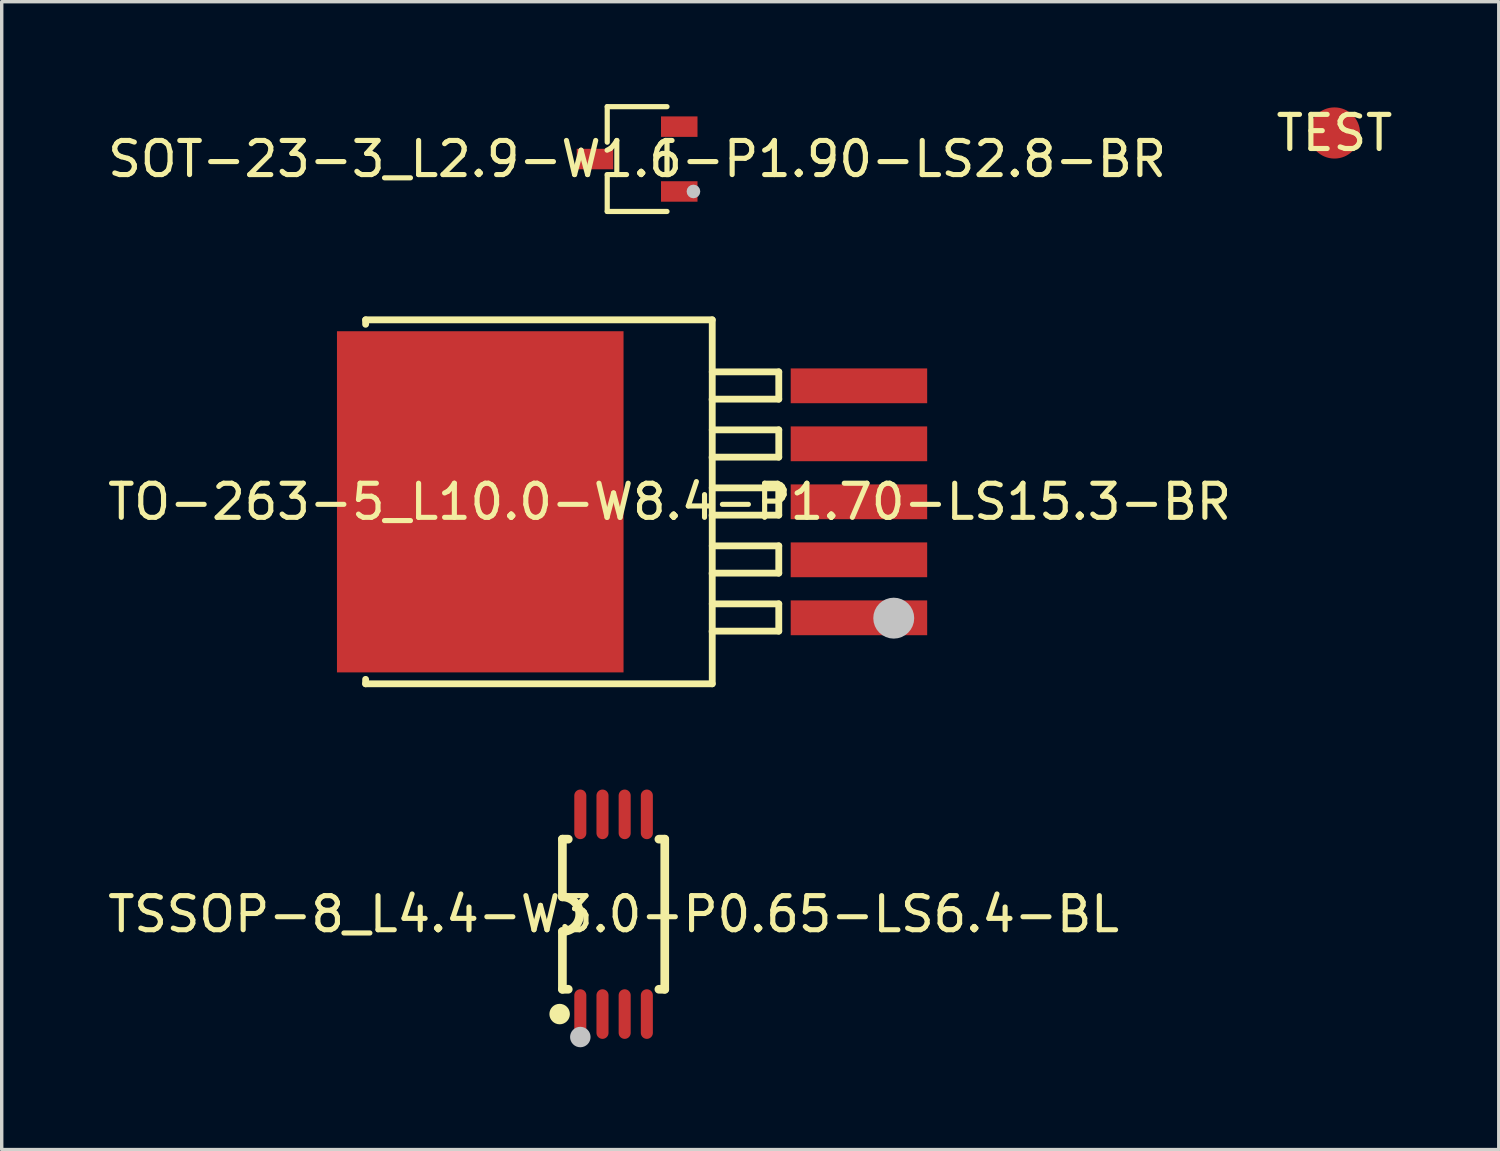
<source format=kicad_pcb>
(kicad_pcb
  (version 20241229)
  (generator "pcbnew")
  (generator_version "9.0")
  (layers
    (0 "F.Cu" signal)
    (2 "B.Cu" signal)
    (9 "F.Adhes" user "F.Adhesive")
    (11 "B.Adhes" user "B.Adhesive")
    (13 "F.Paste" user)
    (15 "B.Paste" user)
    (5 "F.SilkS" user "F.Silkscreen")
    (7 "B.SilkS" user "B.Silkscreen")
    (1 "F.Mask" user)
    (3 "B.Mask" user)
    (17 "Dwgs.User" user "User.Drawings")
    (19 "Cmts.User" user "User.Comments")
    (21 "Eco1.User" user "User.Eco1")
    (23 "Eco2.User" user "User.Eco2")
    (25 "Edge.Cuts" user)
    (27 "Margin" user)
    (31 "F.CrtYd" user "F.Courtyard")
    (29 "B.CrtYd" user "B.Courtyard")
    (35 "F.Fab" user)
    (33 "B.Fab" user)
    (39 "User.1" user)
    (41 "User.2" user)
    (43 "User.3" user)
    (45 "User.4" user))
  (footprint "TO-263-5_L10.0-W8.4-P1.70-LS15.3-BR"
    (layer "F.Cu")
    (at 16.577 11.659)
    (property "Reference" "TO-263-5_L10.0-W8.4-P1.70-LS15.3-BR" (at 0 0 0) (layer "F.SilkS") (effects (font (size 1 1) (thickness 0.15))))
    (fp_line (start -8.91 -5.334) (end 1.25 -5.334) (stroke (width 0.2) (type default)) (layer "F.SilkS"))
    (fp_line (start -8.91 -5.204) (end -8.91 -5.334) (stroke (width 0.2) (type default)) (layer "F.SilkS"))
    (fp_line (start -8.91 5.334) (end -8.91 5.204) (stroke (width 0.2) (type default)) (layer "F.SilkS"))
    (fp_line (start 1.25 -5.334) (end 1.25 5.334) (stroke (width 0.2) (type default)) (layer "F.SilkS"))
    (fp_line (start 1.25 -3.809) (end 3.2 -3.809) (stroke (width 0.2) (type default)) (layer "F.SilkS"))
    (fp_line (start 1.25 -3.01) (end 1.25 -2.981) (stroke (width 0.2) (type default)) (layer "F.SilkS"))
    (fp_line (start 1.25 -2.109) (end 3.2 -2.109) (stroke (width 0.2) (type default)) (layer "F.SilkS"))
    (fp_line (start 1.25 -1.31) (end 1.25 -1.281) (stroke (width 0.2) (type default)) (layer "F.SilkS"))
    (fp_line (start 1.25 -0.409) (end 3.2 -0.409) (stroke (width 0.2) (type default)) (layer "F.SilkS"))
    (fp_line (start 1.25 0.39) (end 1.25 0.419) (stroke (width 0.2) (type default)) (layer "F.SilkS"))
    (fp_line (start 1.25 1.291) (end 3.2 1.291) (stroke (width 0.2) (type default)) (layer "F.SilkS"))
    (fp_line (start 1.25 2.09) (end 1.25 2.119) (stroke (width 0.2) (type default)) (layer "F.SilkS"))
    (fp_line (start 1.25 2.991) (end 3.2 2.991) (stroke (width 0.2) (type default)) (layer "F.SilkS"))
    (fp_line (start 1.25 3.79) (end 1.25 3.819) (stroke (width 0.2) (type default)) (layer "F.SilkS"))
    (fp_line (start 1.25 5.334) (end -8.91 5.334) (stroke (width 0.2) (type default)) (layer "F.SilkS"))
    (fp_line (start 3.2 -3.809) (end 3.2 -3.01) (stroke (width 0.2) (type default)) (layer "F.SilkS"))
    (fp_line (start 3.2 -3.01) (end 1.25 -3.01) (stroke (width 0.2) (type default)) (layer "F.SilkS"))
    (fp_line (start 3.2 -2.109) (end 3.2 -1.31) (stroke (width 0.2) (type default)) (layer "F.SilkS"))
    (fp_line (start 3.2 -1.31) (end 1.25 -1.31) (stroke (width 0.2) (type default)) (layer "F.SilkS"))
    (fp_line (start 3.2 -0.409) (end 3.2 0.39) (stroke (width 0.2) (type default)) (layer "F.SilkS"))
    (fp_line (start 3.2 0.39) (end 1.25 0.39) (stroke (width 0.2) (type default)) (layer "F.SilkS"))
    (fp_line (start 3.2 1.291) (end 3.2 2.09) (stroke (width 0.2) (type default)) (layer "F.SilkS"))
    (fp_line (start 3.2 2.09) (end 1.25 2.09) (stroke (width 0.2) (type default)) (layer "F.SilkS"))
    (fp_line (start 3.2 2.991) (end 3.2 3.79) (stroke (width 0.2) (type default)) (layer "F.SilkS"))
    (fp_line (start 3.2 3.79) (end 1.25 3.79) (stroke (width 0.2) (type default)) (layer "F.SilkS"))
    (fp_circle (center 6.57 3.41) (end 6.87 3.41) (stroke (width 0.6) (type default)) (fill no) (layer "Dwgs.User"))
    (fp_poly (pts (xy 1.24 -2.995) (xy 1.24 -3.805) (xy 4 -3.805) (xy 4 -2.995)) (stroke (width 0.1) (type default)) (fill no) (layer "User.1"))
    (fp_poly (pts (xy 1.24 -1.295) (xy 1.24 -2.105) (xy 4 -2.105) (xy 4 -1.295)) (stroke (width 0.1) (type default)) (fill no) (layer "User.1"))
    (fp_poly (pts (xy 1.24 0.405) (xy 1.24 -0.405) (xy 4 -0.405) (xy 4 0.405)) (stroke (width 0.1) (type default)) (fill no) (layer "User.1"))
    (fp_poly (pts (xy 1.24 2.105) (xy 1.24 1.295) (xy 4 1.295) (xy 4 2.105)) (stroke (width 0.1) (type default)) (fill no) (layer "User.1"))
    (fp_poly (pts (xy 1.24 3.805) (xy 1.24 2.995) (xy 4 2.995) (xy 4 3.805)) (stroke (width 0.1) (type default)) (fill no) (layer "User.1"))
    (fp_poly (pts (xy 3.99 -2.995) (xy 3.99 -3.805) (xy 6.53 -3.805) (xy 6.53 -2.995)) (stroke (width 0.1) (type default)) (fill no) (layer "User.1"))
    (fp_poly (pts (xy 3.99 -1.295) (xy 3.99 -2.105) (xy 6.53 -2.105) (xy 6.53 -1.295)) (stroke (width 0.1) (type default)) (fill no) (layer "User.1"))
    (fp_poly (pts (xy 3.99 0.405) (xy 3.99 -0.405) (xy 6.53 -0.405) (xy 6.53 0.405)) (stroke (width 0.1) (type default)) (fill no) (layer "User.1"))
    (fp_poly (pts (xy 3.99 2.105) (xy 3.99 1.295) (xy 6.53 1.295) (xy 6.53 2.105)) (stroke (width 0.1) (type default)) (fill no) (layer "User.1"))
    (fp_poly (pts (xy 3.99 3.805) (xy 3.99 2.995) (xy 6.53 2.995) (xy 6.53 3.805)) (stroke (width 0.1) (type default)) (fill no) (layer "User.1"))
    (fp_poly (pts (xy -1.55 -5) (xy -1.55 5) (xy -7.795 5) (xy -8.81 4.064) (xy -8.81 -4.064) (xy -7.795 -5)) (stroke (width 0.1) (type default)) (fill no) (layer "User.1"))
    (fp_line (start -7.15 -5) (end 1.25 -5) (stroke (width 0.051) (type default)) (layer "User.2"))
    (fp_line (start -7.15 5) (end -7.15 -5) (stroke (width 0.051) (type default)) (layer "User.2"))
    (fp_line (start 1.25 -5) (end 1.25 5) (stroke (width 0.051) (type default)) (layer "User.2"))
    (fp_line (start 1.25 5) (end -7.15 5) (stroke (width 0.051) (type default)) (layer "User.2"))
    (fp_poly (pts (xy 6.59 5) (xy 6.572 4.958) (xy 6.53 4.94) (xy 6.488 4.958) (xy 6.47 5) (xy 6.488 5.042) (xy 6.53 5.06) (xy 6.572 5.042)) (stroke (width 0.1) (type default)) (fill no) (layer "User.3"))
    (pad "1" smd rect (at 5.55 3.4) (size 4 1.02) (layers "F.Cu" "F.Mask" "F.Paste"))
    (pad "2" smd rect (at 5.55 1.7) (size 4 1.02) (layers "F.Cu" "F.Mask" "F.Paste"))
    (pad "3" smd rect (at 5.55 0) (size 4 1.02) (layers "F.Cu" "F.Mask" "F.Paste"))
    (pad "4" smd rect (at 5.55 -1.7) (size 4 1.02) (layers "F.Cu" "F.Mask" "F.Paste"))
    (pad "5" smd rect (at 5.55 -3.4) (size 4 1.02) (layers "F.Cu" "F.Mask" "F.Paste"))
    (pad "6" smd rect (at -5.55 0) (size 8.4 10) (layers "F.Cu" "F.Mask" "F.Paste")))
  (footprint "TEST"
    (layer "F.Cu")
    (at 36.065 0.848)
    (property "Reference" "TEST" (at 0 0 0) (layer "F.SilkS") (effects (font (size 1 1) (thickness 0.15))))
    (pad "1" smd circle (at 0 0) (size 1.5 1.5) (layers "F.Cu" "F.Mask" "F.Paste")))
  (footprint "TSSOP-8_L4.4-W3.0-P0.65-LS6.4-BL"
    (layer "F.Cu")
    (at 14.935 23.747)
    (property "Reference" "TSSOP-8_L4.4-W3.0-P0.65-LS6.4-BL" (at 0 0 0) (layer "F.SilkS") (effects (font (size 1 1) (thickness 0.15))))
    (fp_line (start -1.5 -2.2) (end -1.5 -0.508) (stroke (width 0.254) (type default)) (layer "F.SilkS"))
    (fp_line (start -1.5 -2.2) (end -1.328 -2.2) (stroke (width 0.254) (type default)) (layer "F.SilkS"))
    (fp_line (start -1.5 2.2) (end -1.5 0.508) (stroke (width 0.254) (type default)) (layer "F.SilkS"))
    (fp_line (start -1.5 2.2) (end -1.328 2.2) (stroke (width 0.254) (type default)) (layer "F.SilkS"))
    (fp_line (start 1.328 -2.2) (end 1.5 -2.2) (stroke (width 0.254) (type default)) (layer "F.SilkS"))
    (fp_line (start 1.328 2.2) (end 1.5 2.2) (stroke (width 0.254) (type default)) (layer "F.SilkS"))
    (fp_line (start 1.5 -2.2) (end 1.5 2.2) (stroke (width 0.254) (type default)) (layer "F.SilkS"))
    (fp_arc (start -1.501 -0.508) (mid -0.9925 -0.0005) (end -1.5 0.508) (stroke (width 0.254) (type default)) (layer "F.SilkS"))
    (fp_circle (center -1.581 2.927) (end -1.431 2.927) (stroke (width 0.3) (type default)) (fill no) (layer "F.SilkS"))
    (fp_circle (center -0.975 3.6) (end -0.825 3.6) (stroke (width 0.3) (type default)) (fill no) (layer "Dwgs.User"))
    (fp_poly (pts (xy -1.085 -3.2) (xy -1.085 -2.7) (xy -0.865 -2.7) (xy -0.865 -3.2)) (stroke (width 0.1) (type default)) (fill no) (layer "User.1"))
    (fp_poly (pts (xy -1.085 -2.71) (xy -1.085 -2.19) (xy -0.865 -2.19) (xy -0.865 -2.71)) (stroke (width 0.1) (type default)) (fill no) (layer "User.1"))
    (fp_poly (pts (xy -1.085 2.71) (xy -1.085 2.19) (xy -0.865 2.19) (xy -0.865 2.71)) (stroke (width 0.1) (type default)) (fill no) (layer "User.1"))
    (fp_poly (pts (xy -1.085 3.2) (xy -1.085 2.7) (xy -0.865 2.7) (xy -0.865 3.2)) (stroke (width 0.1) (type default)) (fill no) (layer "User.1"))
    (fp_poly (pts (xy -0.435 -3.2) (xy -0.435 -2.7) (xy -0.215 -2.7) (xy -0.215 -3.2)) (stroke (width 0.1) (type default)) (fill no) (layer "User.1"))
    (fp_poly (pts (xy -0.435 -2.71) (xy -0.435 -2.19) (xy -0.215 -2.19) (xy -0.215 -2.71)) (stroke (width 0.1) (type default)) (fill no) (layer "User.1"))
    (fp_poly (pts (xy -0.435 2.71) (xy -0.435 2.19) (xy -0.215 2.19) (xy -0.215 2.71)) (stroke (width 0.1) (type default)) (fill no) (layer "User.1"))
    (fp_poly (pts (xy -0.435 3.2) (xy -0.435 2.7) (xy -0.215 2.7) (xy -0.215 3.2)) (stroke (width 0.1) (type default)) (fill no) (layer "User.1"))
    (fp_poly (pts (xy 0.215 -3.2) (xy 0.215 -2.7) (xy 0.435 -2.7) (xy 0.435 -3.2)) (stroke (width 0.1) (type default)) (fill no) (layer "User.1"))
    (fp_poly (pts (xy 0.215 -2.71) (xy 0.215 -2.19) (xy 0.435 -2.19) (xy 0.435 -2.71)) (stroke (width 0.1) (type default)) (fill no) (layer "User.1"))
    (fp_poly (pts (xy 0.215 2.71) (xy 0.215 2.19) (xy 0.435 2.19) (xy 0.435 2.71)) (stroke (width 0.1) (type default)) (fill no) (layer "User.1"))
    (fp_poly (pts (xy 0.215 3.2) (xy 0.215 2.7) (xy 0.435 2.7) (xy 0.435 3.2)) (stroke (width 0.1) (type default)) (fill no) (layer "User.1"))
    (fp_poly (pts (xy 0.865 -3.2) (xy 0.865 -2.7) (xy 1.085 -2.7) (xy 1.085 -3.2)) (stroke (width 0.1) (type default)) (fill no) (layer "User.1"))
    (fp_poly (pts (xy 0.865 -2.71) (xy 0.865 -2.19) (xy 1.085 -2.19) (xy 1.085 -2.71)) (stroke (width 0.1) (type default)) (fill no) (layer "User.1"))
    (fp_poly (pts (xy 0.865 2.71) (xy 0.865 2.19) (xy 1.085 2.19) (xy 1.085 2.71)) (stroke (width 0.1) (type default)) (fill no) (layer "User.1"))
    (fp_poly (pts (xy 0.865 3.2) (xy 0.865 2.7) (xy 1.085 2.7) (xy 1.085 3.2)) (stroke (width 0.1) (type default)) (fill no) (layer "User.1"))
    (fp_line (start -1.5 -2.2) (end 1.5 -2.2) (stroke (width 0.051) (type default)) (layer "User.2"))
    (fp_line (start -1.5 2.2) (end -1.5 -2.2) (stroke (width 0.051) (type default)) (layer "User.2"))
    (fp_line (start 1.5 -2.2) (end 1.5 2.2) (stroke (width 0.051) (type default)) (layer "User.2"))
    (fp_line (start 1.5 2.2) (end -1.5 2.2) (stroke (width 0.051) (type default)) (layer "User.2"))
    (fp_poly (pts (xy -1.44 3.2) (xy -1.458 3.158) (xy -1.5 3.14) (xy -1.542 3.158) (xy -1.56 3.2) (xy -1.542 3.242) (xy -1.5 3.26) (xy -1.458 3.242)) (stroke (width 0.1) (type default)) (fill no) (layer "User.3"))
    (pad "1" smd oval (at -0.975 2.927) (size 0.353 1.454) (layers "F.Cu" "F.Mask" "F.Paste"))
    (pad "2" smd oval (at -0.325 2.927) (size 0.353 1.454) (layers "F.Cu" "F.Mask" "F.Paste"))
    (pad "3" smd oval (at 0.325 2.927) (size 0.353 1.454) (layers "F.Cu" "F.Mask" "F.Paste"))
    (pad "4" smd oval (at 0.975 2.927) (size 0.353 1.454) (layers "F.Cu" "F.Mask" "F.Paste"))
    (pad "5" smd oval (at 0.975 -2.927) (size 0.353 1.454) (layers "F.Cu" "F.Mask" "F.Paste"))
    (pad "6" smd oval (at 0.325 -2.927) (size 0.353 1.454) (layers "F.Cu" "F.Mask" "F.Paste"))
    (pad "7" smd oval (at -0.325 -2.927) (size 0.353 1.454) (layers "F.Cu" "F.Mask" "F.Paste"))
    (pad "8" smd oval (at -0.975 -2.927) (size 0.353 1.454) (layers "F.Cu" "F.Mask" "F.Paste")))
  (footprint "SOT-23-3_L2.9-W1.6-P1.90-LS2.8-BR"
    (layer "F.Cu")
    (at 15.625 1.612)
    (property "Reference" "SOT-23-3_L2.9-W1.6-P1.90-LS2.8-BR" (at 0 0 0) (layer "F.SilkS") (effects (font (size 1 1) (thickness 0.15))))
    (fp_line (start -0.876 -1.536) (end -0.876 -0.494) (stroke (width 0.152) (type default)) (layer "F.SilkS"))
    (fp_line (start -0.876 1.536) (end -0.876 0.494) (stroke (width 0.152) (type default)) (layer "F.SilkS"))
    (fp_line (start 0.876 -1.536) (end -0.876 -1.536) (stroke (width 0.152) (type default)) (layer "F.SilkS"))
    (fp_line (start 0.876 -0.456) (end 0.876 0.456) (stroke (width 0.152) (type default)) (layer "F.SilkS"))
    (fp_line (start 0.876 1.536) (end -0.876 1.536) (stroke (width 0.152) (type default)) (layer "F.SilkS"))
    (fp_circle (center 1.651 0.95) (end 1.751 0.95) (stroke (width 0.2) (type default)) (fill no) (layer "Dwgs.User"))
    (fp_poly (pts (xy -0.96 0.2) (xy -0.96 -0.2) (xy -0.79 -0.2) (xy -0.79 0.2)) (stroke (width 0.1) (type default)) (fill no) (layer "User.1"))
    (fp_poly (pts (xy -0.95 0.2) (xy -0.95 -0.2) (xy -1.4 -0.2) (xy -1.4 0.2)) (stroke (width 0.1) (type default)) (fill no) (layer "User.1"))
    (fp_poly (pts (xy 0.79 -0.75) (xy 0.79 -1.15) (xy 0.96 -1.15) (xy 0.96 -0.75)) (stroke (width 0.1) (type default)) (fill no) (layer "User.1"))
    (fp_poly (pts (xy 0.79 1.15) (xy 0.79 0.75) (xy 0.96 0.75) (xy 0.96 1.15)) (stroke (width 0.1) (type default)) (fill no) (layer "User.1"))
    (fp_poly (pts (xy 0.95 -0.75) (xy 0.95 -1.15) (xy 1.4 -1.15) (xy 1.4 -0.75)) (stroke (width 0.1) (type default)) (fill no) (layer "User.1"))
    (fp_poly (pts (xy 0.95 1.15) (xy 0.95 0.75) (xy 1.4 0.75) (xy 1.4 1.15)) (stroke (width 0.1) (type default)) (fill no) (layer "User.1"))
    (fp_line (start -0.8 -1.46) (end 0.8 -1.46) (stroke (width 0.051) (type default)) (layer "User.2"))
    (fp_line (start -0.8 1.46) (end -0.8 -1.46) (stroke (width 0.051) (type default)) (layer "User.2"))
    (fp_line (start 0.8 -1.46) (end 0.8 1.46) (stroke (width 0.051) (type default)) (layer "User.2"))
    (fp_line (start 0.8 1.46) (end -0.8 1.46) (stroke (width 0.051) (type default)) (layer "User.2"))
    (fp_poly (pts (xy 1.46 1.46) (xy 1.442 1.418) (xy 1.4 1.4) (xy 1.358 1.418) (xy 1.34 1.46) (xy 1.358 1.502) (xy 1.4 1.52) (xy 1.442 1.502)) (stroke (width 0.1) (type default)) (fill no) (layer "User.3"))
    (pad "1" smd rect (at 1.235 0.95) (size 1.07 0.6) (layers "F.Cu" "F.Mask" "F.Paste"))
    (pad "2" smd rect (at 1.235 -0.95) (size 1.07 0.6) (layers "F.Cu" "F.Mask" "F.Paste"))
    (pad "3" smd rect (at -1.235 0) (size 1.07 0.6) (layers "F.Cu" "F.Mask" "F.Paste")))
  (gr_rect
    (start -3 -3)
    (end 40.881 30.646)
    (stroke (width 0.1) (type default))
    (fill no)
    (layer "Edge.Cuts")))
</source>
